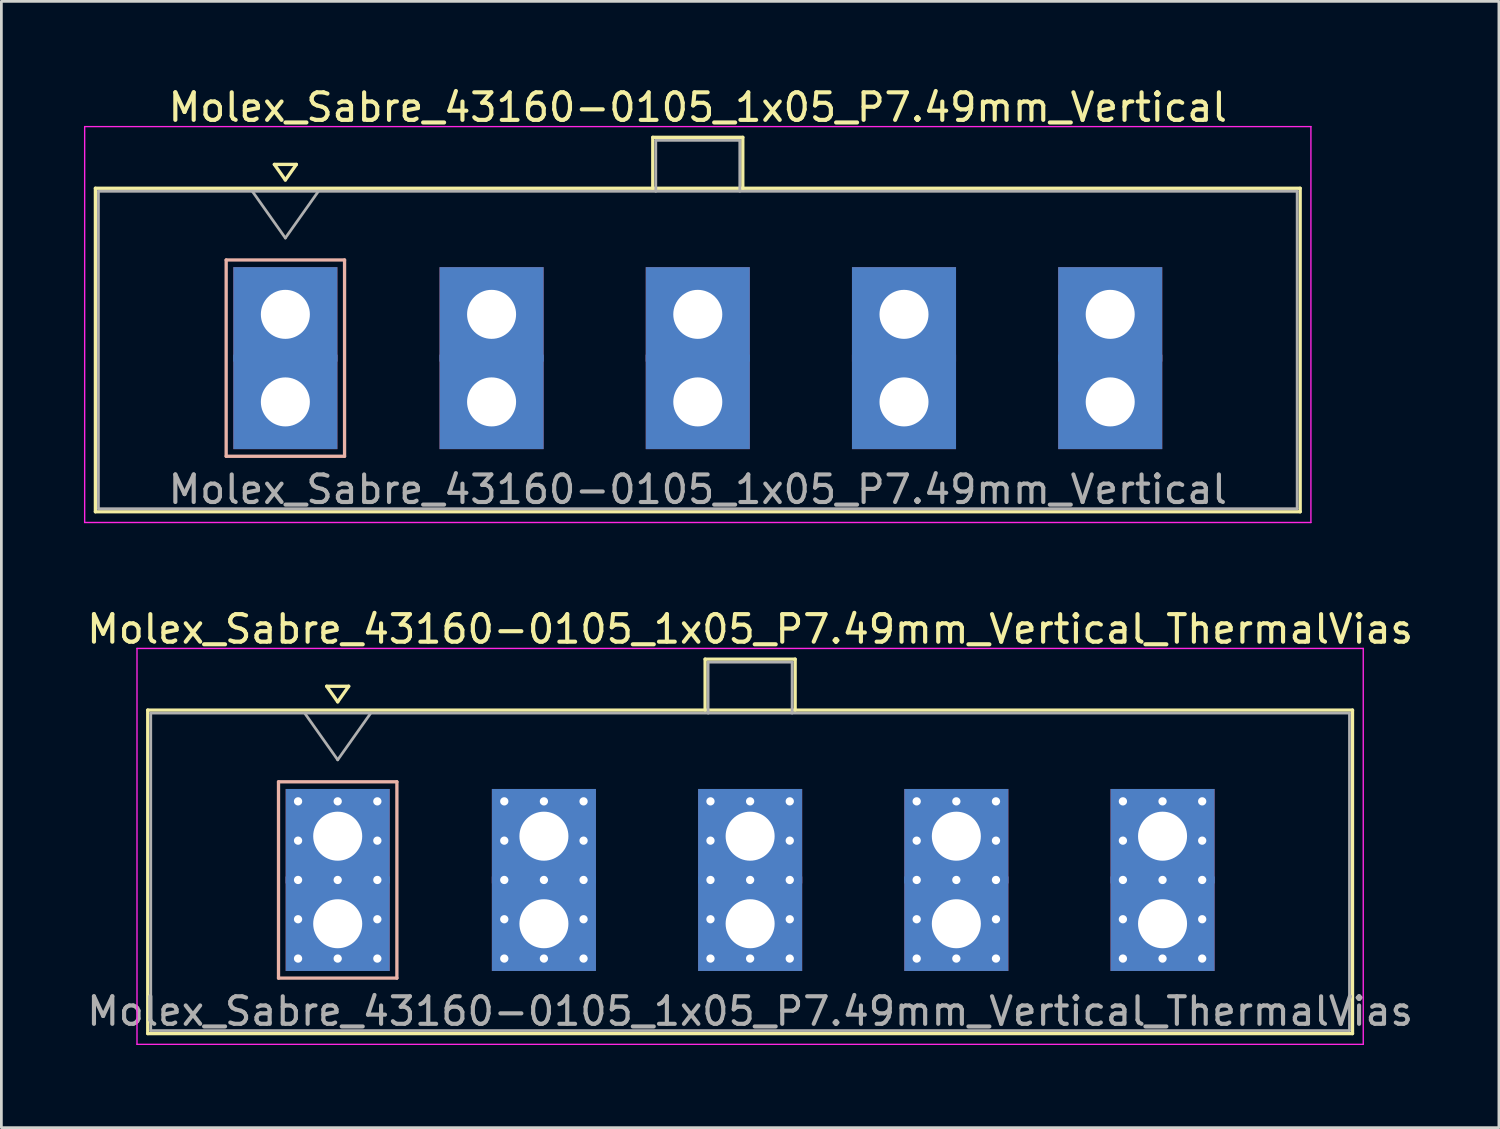
<source format=kicad_pcb>
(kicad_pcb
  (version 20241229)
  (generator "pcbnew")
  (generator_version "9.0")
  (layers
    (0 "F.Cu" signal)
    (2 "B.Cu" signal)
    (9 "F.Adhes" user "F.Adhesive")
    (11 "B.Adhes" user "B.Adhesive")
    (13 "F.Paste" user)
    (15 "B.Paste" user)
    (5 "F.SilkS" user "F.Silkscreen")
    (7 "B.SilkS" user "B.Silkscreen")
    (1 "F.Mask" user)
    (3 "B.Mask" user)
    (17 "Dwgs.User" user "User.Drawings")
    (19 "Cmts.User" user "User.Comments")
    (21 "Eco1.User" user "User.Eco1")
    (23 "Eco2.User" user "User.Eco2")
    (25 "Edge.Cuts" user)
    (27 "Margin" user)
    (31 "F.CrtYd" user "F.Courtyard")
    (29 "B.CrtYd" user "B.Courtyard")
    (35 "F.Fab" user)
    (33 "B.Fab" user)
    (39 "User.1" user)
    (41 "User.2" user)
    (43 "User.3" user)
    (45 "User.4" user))
  (footprint "Molex_Sabre_43160-0105_1x05_P7.49mm_Vertical_ThermalVias"
    (layer "F.Cu")
    (at 9.216 30.502)
    (property "Reference" "Molex_Sabre_43160-0105_1x05_P7.49mm_Vertical_ThermalVias" (at 14.98 -10.7 0) (layer "F.SilkS") (effects (font (size 1 1) (thickness 0.15))))
    (attr through_hole)
    (fp_line (start -6.9 -7.76) (end -6.9 3.99) (stroke (width 0.12) (type solid)) (layer "F.SilkS"))
    (fp_line (start -6.9 3.99) (end 36.86 3.99) (stroke (width 0.12) (type solid)) (layer "F.SilkS"))
    (fp_line (start -0.4 -8.626) (end 0 -8.06) (stroke (width 0.12) (type solid)) (layer "F.SilkS"))
    (fp_line (start 0 -8.06) (end 0.4 -8.626) (stroke (width 0.12) (type solid)) (layer "F.SilkS"))
    (fp_line (start 0.4 -8.626) (end -0.4 -8.626) (stroke (width 0.12) (type solid)) (layer "F.SilkS"))
    (fp_line (start 13.345 -9.61) (end 16.615 -9.61) (stroke (width 0.12) (type solid)) (layer "F.SilkS"))
    (fp_line (start 13.345 -7.76) (end 13.345 -9.61) (stroke (width 0.12) (type solid)) (layer "F.SilkS"))
    (fp_line (start 16.615 -9.61) (end 16.615 -7.76) (stroke (width 0.12) (type solid)) (layer "F.SilkS"))
    (fp_line (start 36.86 -7.76) (end -6.9 -7.76) (stroke (width 0.12) (type solid)) (layer "F.SilkS"))
    (fp_line (start 36.86 3.99) (end 36.86 -7.76) (stroke (width 0.12) (type solid)) (layer "F.SilkS"))
    (fp_line (start -2.15 -5.155) (end -2.15 1.975) (stroke (width 0.12) (type solid)) (layer "B.SilkS"))
    (fp_line (start -2.15 1.975) (end 2.15 1.975) (stroke (width 0.12) (type solid)) (layer "B.SilkS"))
    (fp_line (start 2.15 -5.155) (end -2.15 -5.155) (stroke (width 0.12) (type solid)) (layer "B.SilkS"))
    (fp_line (start 2.15 1.975) (end 2.15 -5.155) (stroke (width 0.12) (type solid)) (layer "B.SilkS"))
    (fp_line (start -7.29 -10) (end -7.29 4.38) (stroke (width 0.05) (type solid)) (layer "F.CrtYd"))
    (fp_line (start -7.29 4.38) (end 37.25 4.38) (stroke (width 0.05) (type solid)) (layer "F.CrtYd"))
    (fp_line (start 37.25 -10) (end -7.29 -10) (stroke (width 0.05) (type solid)) (layer "F.CrtYd"))
    (fp_line (start 37.25 4.38) (end 37.25 -10) (stroke (width 0.05) (type solid)) (layer "F.CrtYd"))
    (fp_line (start -6.79 -7.65) (end -6.79 3.88) (stroke (width 0.1) (type solid)) (layer "F.Fab"))
    (fp_line (start -6.79 3.88) (end 36.75 3.88) (stroke (width 0.1) (type solid)) (layer "F.Fab"))
    (fp_line (start -1.2 -7.65) (end 0 -5.953) (stroke (width 0.1) (type solid)) (layer "F.Fab"))
    (fp_line (start 0 -5.953) (end 1.2 -7.65) (stroke (width 0.1) (type solid)) (layer "F.Fab"))
    (fp_line (start 13.455 -9.5) (end 16.505 -9.5) (stroke (width 0.1) (type solid)) (layer "F.Fab"))
    (fp_line (start 13.455 -7.65) (end 13.455 -9.5) (stroke (width 0.1) (type solid)) (layer "F.Fab"))
    (fp_line (start 16.505 -9.5) (end 16.505 -7.65) (stroke (width 0.1) (type solid)) (layer "F.Fab"))
    (fp_line (start 36.75 -7.65) (end -6.79 -7.65) (stroke (width 0.1) (type solid)) (layer "F.Fab"))
    (fp_line (start 36.75 3.88) (end 36.75 -7.65) (stroke (width 0.1) (type solid)) (layer "F.Fab"))
    (fp_text user "${REFERENCE}" (at 14.98 3.18 0) (layer "F.Fab") (effects (font (size 1 1) (thickness 0.15))))
    (pad "1" thru_hole rect (at -1.44 -4.445) (size 0.6 0.6) (drill 0.3) (layers "*.Cu" "*.Mask"))
    (pad "1" thru_hole rect (at -1.44 -3.018) (size 0.6 0.6) (drill 0.3) (layers "*.Cu" "*.Mask"))
    (pad "1" thru_hole rect (at -1.44 -1.59) (size 0.6 0.6) (drill 0.3) (layers "*.Cu" "*.Mask"))
    (pad "1" thru_hole rect (at -1.44 -0.163) (size 0.6 0.6) (drill 0.3) (layers "*.Cu" "*.Mask"))
    (pad "1" thru_hole rect (at -1.44 1.265) (size 0.6 0.6) (drill 0.3) (layers "*.Cu" "*.Mask"))
    (pad "1" thru_hole rect (at 0 -4.445) (size 0.6 0.6) (drill 0.3) (layers "*.Cu" "*.Mask"))
    (pad "1" thru_hole rect (at 0 -3.18) (size 3.78 3.43) (drill 1.78) (layers "*.Cu" "*.Mask"))
    (pad "1" thru_hole rect (at 0 -1.59) (size 0.6 0.6) (drill 0.3) (layers "*.Cu" "*.Mask"))
    (pad "1" thru_hole rect (at 0 0) (size 3.78 3.43) (drill 1.78) (layers "*.Cu" "*.Mask"))
    (pad "1" thru_hole rect (at 0 1.265) (size 0.6 0.6) (drill 0.3) (layers "*.Cu" "*.Mask"))
    (pad "1" thru_hole rect (at 1.44 -4.445) (size 0.6 0.6) (drill 0.3) (layers "*.Cu" "*.Mask"))
    (pad "1" thru_hole rect (at 1.44 -3.018) (size 0.6 0.6) (drill 0.3) (layers "*.Cu" "*.Mask"))
    (pad "1" thru_hole rect (at 1.44 -1.59) (size 0.6 0.6) (drill 0.3) (layers "*.Cu" "*.Mask"))
    (pad "1" thru_hole rect (at 1.44 -0.163) (size 0.6 0.6) (drill 0.3) (layers "*.Cu" "*.Mask"))
    (pad "1" thru_hole rect (at 1.44 1.265) (size 0.6 0.6) (drill 0.3) (layers "*.Cu" "*.Mask"))
    (pad "2" thru_hole circle (at 6.05 -4.445) (size 0.6 0.6) (drill 0.3) (layers "*.Cu" "*.Mask"))
    (pad "2" thru_hole circle (at 6.05 -3.018) (size 0.6 0.6) (drill 0.3) (layers "*.Cu" "*.Mask"))
    (pad "2" thru_hole circle (at 6.05 -1.59) (size 0.6 0.6) (drill 0.3) (layers "*.Cu" "*.Mask"))
    (pad "2" thru_hole circle (at 6.05 -0.163) (size 0.6 0.6) (drill 0.3) (layers "*.Cu" "*.Mask"))
    (pad "2" thru_hole circle (at 6.05 1.265) (size 0.6 0.6) (drill 0.3) (layers "*.Cu" "*.Mask"))
    (pad "2" thru_hole circle (at 7.49 -4.445) (size 0.6 0.6) (drill 0.3) (layers "*.Cu" "*.Mask"))
    (pad "2" thru_hole rect (at 7.49 -3.18) (size 3.78 3.43) (drill 1.78) (layers "*.Cu" "*.Mask"))
    (pad "2" thru_hole circle (at 7.49 -1.59) (size 0.6 0.6) (drill 0.3) (layers "*.Cu" "*.Mask"))
    (pad "2" thru_hole rect (at 7.49 0) (size 3.78 3.43) (drill 1.78) (layers "*.Cu" "*.Mask"))
    (pad "2" thru_hole circle (at 7.49 1.265) (size 0.6 0.6) (drill 0.3) (layers "*.Cu" "*.Mask"))
    (pad "2" thru_hole circle (at 8.93 -4.445) (size 0.6 0.6) (drill 0.3) (layers "*.Cu" "*.Mask"))
    (pad "2" thru_hole circle (at 8.93 -3.018) (size 0.6 0.6) (drill 0.3) (layers "*.Cu" "*.Mask"))
    (pad "2" thru_hole circle (at 8.93 -1.59) (size 0.6 0.6) (drill 0.3) (layers "*.Cu" "*.Mask"))
    (pad "2" thru_hole circle (at 8.93 -0.163) (size 0.6 0.6) (drill 0.3) (layers "*.Cu" "*.Mask"))
    (pad "2" thru_hole circle (at 8.93 1.265) (size 0.6 0.6) (drill 0.3) (layers "*.Cu" "*.Mask"))
    (pad "3" thru_hole circle (at 13.54 -4.445) (size 0.6 0.6) (drill 0.3) (layers "*.Cu" "*.Mask"))
    (pad "3" thru_hole circle (at 13.54 -3.018) (size 0.6 0.6) (drill 0.3) (layers "*.Cu" "*.Mask"))
    (pad "3" thru_hole circle (at 13.54 -1.59) (size 0.6 0.6) (drill 0.3) (layers "*.Cu" "*.Mask"))
    (pad "3" thru_hole circle (at 13.54 -0.163) (size 0.6 0.6) (drill 0.3) (layers "*.Cu" "*.Mask"))
    (pad "3" thru_hole circle (at 13.54 1.265) (size 0.6 0.6) (drill 0.3) (layers "*.Cu" "*.Mask"))
    (pad "3" thru_hole circle (at 14.98 -4.445) (size 0.6 0.6) (drill 0.3) (layers "*.Cu" "*.Mask"))
    (pad "3" thru_hole rect (at 14.98 -3.18) (size 3.78 3.43) (drill 1.78) (layers "*.Cu" "*.Mask"))
    (pad "3" thru_hole circle (at 14.98 -1.59) (size 0.6 0.6) (drill 0.3) (layers "*.Cu" "*.Mask"))
    (pad "3" thru_hole rect (at 14.98 0) (size 3.78 3.43) (drill 1.78) (layers "*.Cu" "*.Mask"))
    (pad "3" thru_hole circle (at 14.98 1.265) (size 0.6 0.6) (drill 0.3) (layers "*.Cu" "*.Mask"))
    (pad "3" thru_hole circle (at 16.42 -4.445) (size 0.6 0.6) (drill 0.3) (layers "*.Cu" "*.Mask"))
    (pad "3" thru_hole circle (at 16.42 -3.018) (size 0.6 0.6) (drill 0.3) (layers "*.Cu" "*.Mask"))
    (pad "3" thru_hole circle (at 16.42 -1.59) (size 0.6 0.6) (drill 0.3) (layers "*.Cu" "*.Mask"))
    (pad "3" thru_hole circle (at 16.42 -0.163) (size 0.6 0.6) (drill 0.3) (layers "*.Cu" "*.Mask"))
    (pad "3" thru_hole circle (at 16.42 1.265) (size 0.6 0.6) (drill 0.3) (layers "*.Cu" "*.Mask"))
    (pad "4" thru_hole circle (at 21.03 -4.445) (size 0.6 0.6) (drill 0.3) (layers "*.Cu" "*.Mask"))
    (pad "4" thru_hole circle (at 21.03 -3.018) (size 0.6 0.6) (drill 0.3) (layers "*.Cu" "*.Mask"))
    (pad "4" thru_hole circle (at 21.03 -1.59) (size 0.6 0.6) (drill 0.3) (layers "*.Cu" "*.Mask"))
    (pad "4" thru_hole circle (at 21.03 -0.163) (size 0.6 0.6) (drill 0.3) (layers "*.Cu" "*.Mask"))
    (pad "4" thru_hole circle (at 21.03 1.265) (size 0.6 0.6) (drill 0.3) (layers "*.Cu" "*.Mask"))
    (pad "4" thru_hole circle (at 22.47 -4.445) (size 0.6 0.6) (drill 0.3) (layers "*.Cu" "*.Mask"))
    (pad "4" thru_hole rect (at 22.47 -3.18) (size 3.78 3.43) (drill 1.78) (layers "*.Cu" "*.Mask"))
    (pad "4" thru_hole circle (at 22.47 -1.59) (size 0.6 0.6) (drill 0.3) (layers "*.Cu" "*.Mask"))
    (pad "4" thru_hole rect (at 22.47 0) (size 3.78 3.43) (drill 1.78) (layers "*.Cu" "*.Mask"))
    (pad "4" thru_hole circle (at 22.47 1.265) (size 0.6 0.6) (drill 0.3) (layers "*.Cu" "*.Mask"))
    (pad "4" thru_hole circle (at 23.91 -4.445) (size 0.6 0.6) (drill 0.3) (layers "*.Cu" "*.Mask"))
    (pad "4" thru_hole circle (at 23.91 -3.018) (size 0.6 0.6) (drill 0.3) (layers "*.Cu" "*.Mask"))
    (pad "4" thru_hole circle (at 23.91 -1.59) (size 0.6 0.6) (drill 0.3) (layers "*.Cu" "*.Mask"))
    (pad "4" thru_hole circle (at 23.91 -0.163) (size 0.6 0.6) (drill 0.3) (layers "*.Cu" "*.Mask"))
    (pad "4" thru_hole circle (at 23.91 1.265) (size 0.6 0.6) (drill 0.3) (layers "*.Cu" "*.Mask"))
    (pad "5" thru_hole circle (at 28.52 -4.445) (size 0.6 0.6) (drill 0.3) (layers "*.Cu" "*.Mask"))
    (pad "5" thru_hole circle (at 28.52 -3.018) (size 0.6 0.6) (drill 0.3) (layers "*.Cu" "*.Mask"))
    (pad "5" thru_hole circle (at 28.52 -1.59) (size 0.6 0.6) (drill 0.3) (layers "*.Cu" "*.Mask"))
    (pad "5" thru_hole circle (at 28.52 -0.163) (size 0.6 0.6) (drill 0.3) (layers "*.Cu" "*.Mask"))
    (pad "5" thru_hole circle (at 28.52 1.265) (size 0.6 0.6) (drill 0.3) (layers "*.Cu" "*.Mask"))
    (pad "5" thru_hole circle (at 29.96 -4.445) (size 0.6 0.6) (drill 0.3) (layers "*.Cu" "*.Mask"))
    (pad "5" thru_hole rect (at 29.96 -3.18) (size 3.78 3.43) (drill 1.78) (layers "*.Cu" "*.Mask"))
    (pad "5" thru_hole circle (at 29.96 -1.59) (size 0.6 0.6) (drill 0.3) (layers "*.Cu" "*.Mask"))
    (pad "5" thru_hole rect (at 29.96 0) (size 3.78 3.43) (drill 1.78) (layers "*.Cu" "*.Mask"))
    (pad "5" thru_hole circle (at 29.96 1.265) (size 0.6 0.6) (drill 0.3) (layers "*.Cu" "*.Mask"))
    (pad "5" thru_hole circle (at 31.4 -4.445) (size 0.6 0.6) (drill 0.3) (layers "*.Cu" "*.Mask"))
    (pad "5" thru_hole circle (at 31.4 -3.018) (size 0.6 0.6) (drill 0.3) (layers "*.Cu" "*.Mask"))
    (pad "5" thru_hole circle (at 31.4 -1.59) (size 0.6 0.6) (drill 0.3) (layers "*.Cu" "*.Mask"))
    (pad "5" thru_hole circle (at 31.4 -0.163) (size 0.6 0.6) (drill 0.3) (layers "*.Cu" "*.Mask"))
    (pad "5" thru_hole circle (at 31.4 1.265) (size 0.6 0.6) (drill 0.3) (layers "*.Cu" "*.Mask")))
  (footprint "Molex_Sabre_43160-0105_1x05_P7.49mm_Vertical"
    (layer "F.Cu")
    (at 7.315 11.548)
    (property "Reference" "Molex_Sabre_43160-0105_1x05_P7.49mm_Vertical" (at 14.98 -10.7 0) (layer "F.SilkS") (effects (font (size 1 1) (thickness 0.15))))
    (attr through_hole)
    (fp_line (start -6.9 -7.76) (end -6.9 3.99) (stroke (width 0.12) (type solid)) (layer "F.SilkS"))
    (fp_line (start -6.9 3.99) (end 36.86 3.99) (stroke (width 0.12) (type solid)) (layer "F.SilkS"))
    (fp_line (start -0.4 -8.626) (end 0 -8.06) (stroke (width 0.12) (type solid)) (layer "F.SilkS"))
    (fp_line (start 0 -8.06) (end 0.4 -8.626) (stroke (width 0.12) (type solid)) (layer "F.SilkS"))
    (fp_line (start 0.4 -8.626) (end -0.4 -8.626) (stroke (width 0.12) (type solid)) (layer "F.SilkS"))
    (fp_line (start 13.345 -9.61) (end 16.615 -9.61) (stroke (width 0.12) (type solid)) (layer "F.SilkS"))
    (fp_line (start 13.345 -7.76) (end 13.345 -9.61) (stroke (width 0.12) (type solid)) (layer "F.SilkS"))
    (fp_line (start 16.615 -9.61) (end 16.615 -7.76) (stroke (width 0.12) (type solid)) (layer "F.SilkS"))
    (fp_line (start 36.86 -7.76) (end -6.9 -7.76) (stroke (width 0.12) (type solid)) (layer "F.SilkS"))
    (fp_line (start 36.86 3.99) (end 36.86 -7.76) (stroke (width 0.12) (type solid)) (layer "F.SilkS"))
    (fp_line (start -2.15 -5.155) (end -2.15 1.975) (stroke (width 0.12) (type solid)) (layer "B.SilkS"))
    (fp_line (start -2.15 1.975) (end 2.15 1.975) (stroke (width 0.12) (type solid)) (layer "B.SilkS"))
    (fp_line (start 2.15 -5.155) (end -2.15 -5.155) (stroke (width 0.12) (type solid)) (layer "B.SilkS"))
    (fp_line (start 2.15 1.975) (end 2.15 -5.155) (stroke (width 0.12) (type solid)) (layer "B.SilkS"))
    (fp_line (start -7.29 -10) (end -7.29 4.38) (stroke (width 0.05) (type solid)) (layer "F.CrtYd"))
    (fp_line (start -7.29 4.38) (end 37.25 4.38) (stroke (width 0.05) (type solid)) (layer "F.CrtYd"))
    (fp_line (start 37.25 -10) (end -7.29 -10) (stroke (width 0.05) (type solid)) (layer "F.CrtYd"))
    (fp_line (start 37.25 4.38) (end 37.25 -10) (stroke (width 0.05) (type solid)) (layer "F.CrtYd"))
    (fp_line (start -6.79 -7.65) (end -6.79 3.88) (stroke (width 0.1) (type solid)) (layer "F.Fab"))
    (fp_line (start -6.79 3.88) (end 36.75 3.88) (stroke (width 0.1) (type solid)) (layer "F.Fab"))
    (fp_line (start -1.2 -7.65) (end 0 -5.953) (stroke (width 0.1) (type solid)) (layer "F.Fab"))
    (fp_line (start 0 -5.953) (end 1.2 -7.65) (stroke (width 0.1) (type solid)) (layer "F.Fab"))
    (fp_line (start 13.455 -9.5) (end 16.505 -9.5) (stroke (width 0.1) (type solid)) (layer "F.Fab"))
    (fp_line (start 13.455 -7.65) (end 13.455 -9.5) (stroke (width 0.1) (type solid)) (layer "F.Fab"))
    (fp_line (start 16.505 -9.5) (end 16.505 -7.65) (stroke (width 0.1) (type solid)) (layer "F.Fab"))
    (fp_line (start 36.75 -7.65) (end -6.79 -7.65) (stroke (width 0.1) (type solid)) (layer "F.Fab"))
    (fp_line (start 36.75 3.88) (end 36.75 -7.65) (stroke (width 0.1) (type solid)) (layer "F.Fab"))
    (fp_text user "${REFERENCE}" (at 14.98 3.18 0) (layer "F.Fab") (effects (font (size 1 1) (thickness 0.15))))
    (pad "1" thru_hole rect (at 0 -3.18) (size 3.78 3.43) (drill 1.78) (layers "*.Cu" "*.Mask"))
    (pad "1" thru_hole rect (at 0 0) (size 3.78 3.43) (drill 1.78) (layers "*.Cu" "*.Mask"))
    (pad "2" thru_hole rect (at 7.49 -3.18) (size 3.78 3.43) (drill 1.78) (layers "*.Cu" "*.Mask"))
    (pad "2" thru_hole rect (at 7.49 0) (size 3.78 3.43) (drill 1.78) (layers "*.Cu" "*.Mask"))
    (pad "3" thru_hole rect (at 14.98 -3.18) (size 3.78 3.43) (drill 1.78) (layers "*.Cu" "*.Mask"))
    (pad "3" thru_hole rect (at 14.98 0) (size 3.78 3.43) (drill 1.78) (layers "*.Cu" "*.Mask"))
    (pad "4" thru_hole rect (at 22.47 -3.18) (size 3.78 3.43) (drill 1.78) (layers "*.Cu" "*.Mask"))
    (pad "4" thru_hole rect (at 22.47 0) (size 3.78 3.43) (drill 1.78) (layers "*.Cu" "*.Mask"))
    (pad "5" thru_hole rect (at 29.96 -3.18) (size 3.78 3.43) (drill 1.78) (layers "*.Cu" "*.Mask"))
    (pad "5" thru_hole rect (at 29.96 0) (size 3.78 3.43) (drill 1.78) (layers "*.Cu" "*.Mask")))
  (gr_rect
    (start -3 -3)
    (end 51.393 37.907)
    (stroke (width 0.1) (type default))
    (fill no)
    (layer "Edge.Cuts")))
</source>
